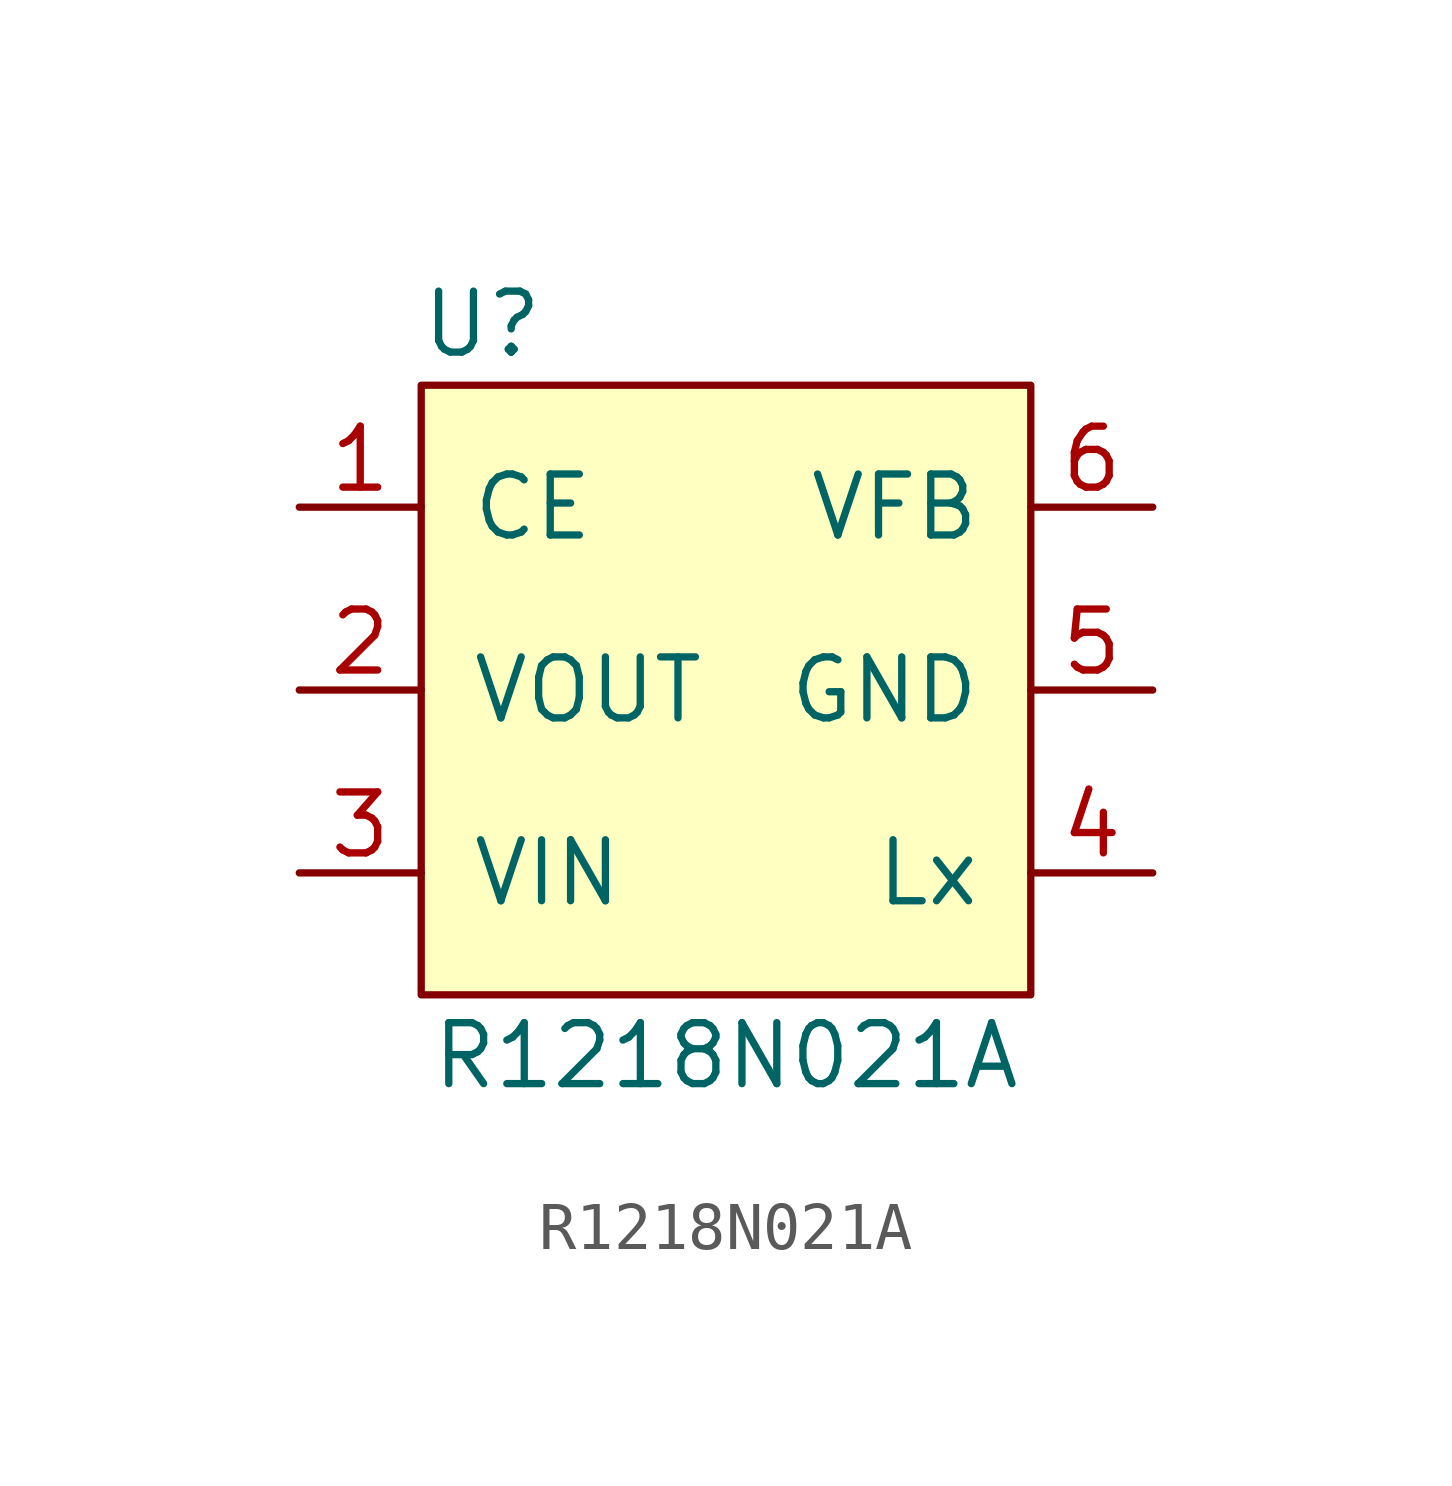
<source format=kicad_sym>
(kicad_symbol_lib
  (version 20241209)
  (generator "kicad_symbol_editor")
  (generator_version "9.0")
  (symbol "R1218N021A"
    (pin_names
      (offset 1.016))
    (property "Reference" "U"
      (at -5.08 7.62 0)
      (effects (font (size 1.27 1.27))))
    (property "Value" "R1218N021A"
      (at 0 -7.62 0)
      (effects (font (size 1.27 1.27))))
    (symbol "R1218N021A_0_0"
      (pin input line (at -8.89 3.81 0) (length 2.54) (name "CE" (effects (font (size 1.27 1.27)))) (number "1" (effects (font (size 1.27 1.27)))))
      (pin output line (at -8.89 0 0) (length 2.54) (name "VOUT" (effects (font (size 1.27 1.27)))) (number "2" (effects (font (size 1.27 1.27)))))
      (pin input line (at -8.89 -3.81 0) (length 2.54) (name "VIN" (effects (font (size 1.27 1.27)))) (number "3" (effects (font (size 1.27 1.27)))))
      (pin output line (at 8.89 3.81 180) (length 2.54) (name "VFB" (effects (font (size 1.27 1.27)))) (number "6" (effects (font (size 1.27 1.27)))))
      (pin passive line (at 8.89 0 180) (length 2.54) (name "GND" (effects (font (size 1.27 1.27)))) (number "5" (effects (font (size 1.27 1.27)))))
      (pin bidirectional line (at 8.89 -3.81 180) (length 2.54) (name "Lx" (effects (font (size 1.27 1.27)))) (number "4" (effects (font (size 1.27 1.27))))))
    (symbol "R1218N021A_0_1"
      (rectangle (start -6.35 6.35) (end 6.35 -6.35) (stroke (width 0) (type solid)) (fill (type background))))))
</source>
